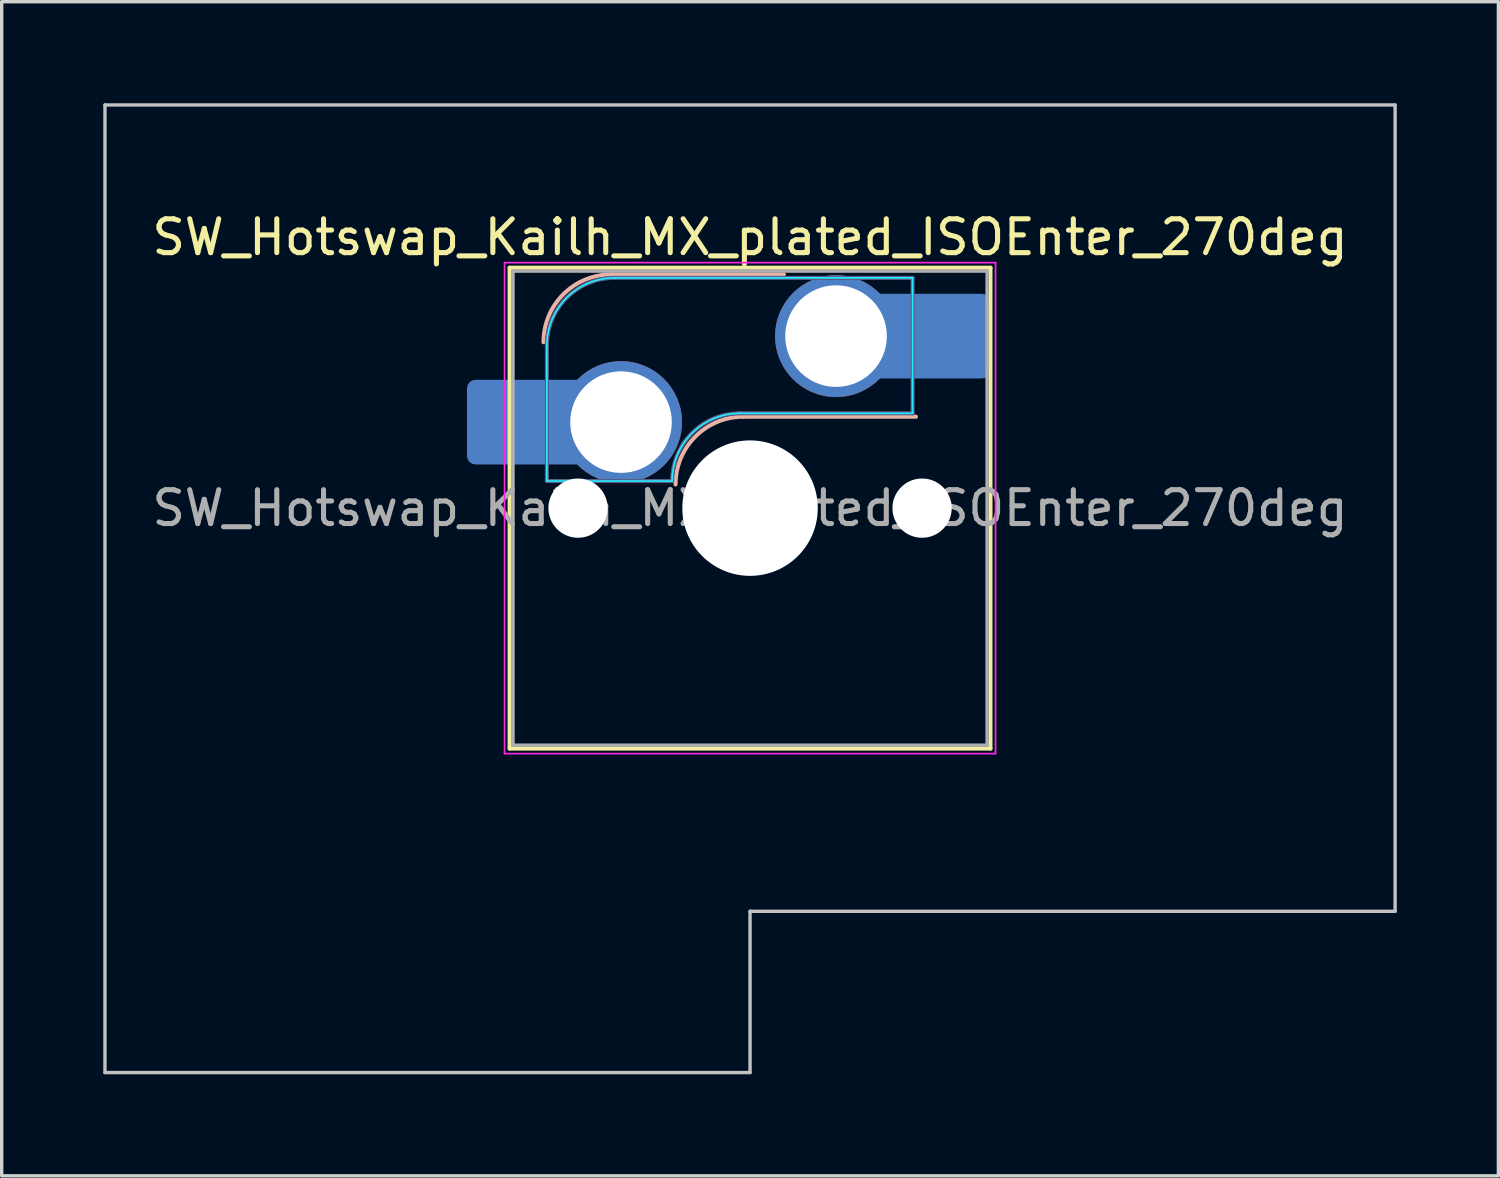
<source format=kicad_pcb>
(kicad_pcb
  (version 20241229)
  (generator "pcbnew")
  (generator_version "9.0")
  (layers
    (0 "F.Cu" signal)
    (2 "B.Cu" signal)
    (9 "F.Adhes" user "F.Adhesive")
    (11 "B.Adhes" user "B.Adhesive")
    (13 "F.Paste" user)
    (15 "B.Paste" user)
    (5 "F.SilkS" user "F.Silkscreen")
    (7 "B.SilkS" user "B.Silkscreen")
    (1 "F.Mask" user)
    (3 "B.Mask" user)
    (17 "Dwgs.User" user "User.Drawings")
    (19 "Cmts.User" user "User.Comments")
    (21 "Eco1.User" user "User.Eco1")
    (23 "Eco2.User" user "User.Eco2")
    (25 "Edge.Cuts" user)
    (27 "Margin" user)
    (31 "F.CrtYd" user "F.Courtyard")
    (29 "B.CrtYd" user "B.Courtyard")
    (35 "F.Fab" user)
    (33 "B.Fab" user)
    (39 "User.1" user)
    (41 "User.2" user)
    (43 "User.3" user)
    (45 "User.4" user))
  (footprint "SW_Hotswap_Kailh_MX_plated_ISOEnter_270deg"
    (layer "F.Cu")
    (at 19.1 11.956)
    (property "Reference" "SW_Hotswap_Kailh_MX_plated_ISOEnter_270deg" (at 0 -8 0) (layer "F.SilkS") (effects (font (size 1 1) (thickness 0.15))))
    (attr smd)
    (fp_line (start -7.1 -7.1) (end -7.1 7.1) (stroke (width 0.12) (type solid)) (layer "F.SilkS"))
    (fp_line (start -7.1 7.1) (end 7.1 7.1) (stroke (width 0.12) (type solid)) (layer "F.SilkS"))
    (fp_line (start 7.1 -7.1) (end -7.1 -7.1) (stroke (width 0.12) (type solid)) (layer "F.SilkS"))
    (fp_line (start 7.1 7.1) (end 7.1 -7.1) (stroke (width 0.12) (type solid)) (layer "F.SilkS"))
    (fp_line (start -4.1 -6.9) (end 1 -6.9) (stroke (width 0.12) (type solid)) (layer "B.SilkS"))
    (fp_line (start -0.2 -2.7) (end 4.9 -2.7) (stroke (width 0.12) (type solid)) (layer "B.SilkS"))
    (fp_arc (start -6.1 -4.9) (mid -5.514214 -6.314214) (end -4.1 -6.9) (stroke (width 0.12) (type solid)) (layer "B.SilkS"))
    (fp_arc (start -2.2 -0.7) (mid -1.614214 -2.114214) (end -0.2 -2.7) (stroke (width 0.12) (type solid)) (layer "B.SilkS"))
    (fp_line (start -19.05 -11.906) (end -19.05 16.669) (stroke (width 0.1) (type solid)) (layer "Dwgs.User"))
    (fp_line (start -19.05 16.669) (end 0 16.669) (stroke (width 0.1) (type solid)) (layer "Dwgs.User"))
    (fp_line (start 0 11.906) (end 19.05 11.906) (stroke (width 0.1) (type solid)) (layer "Dwgs.User"))
    (fp_line (start 0 16.669) (end 0 11.906) (stroke (width 0.1) (type solid)) (layer "Dwgs.User"))
    (fp_line (start 19.05 -11.906) (end -19.05 -11.906) (stroke (width 0.1) (type solid)) (layer "Dwgs.User"))
    (fp_line (start 19.05 11.906) (end 19.05 -11.906) (stroke (width 0.1) (type solid)) (layer "Dwgs.User"))
    (fp_line (start -7.8 -6) (end -7 -6) (stroke (width 0.1) (type solid)) (layer "Eco1.User"))
    (fp_line (start -7.8 -2.9) (end -7.8 -6) (stroke (width 0.1) (type solid)) (layer "Eco1.User"))
    (fp_line (start -7.8 2.9) (end -7 2.9) (stroke (width 0.1) (type solid)) (layer "Eco1.User"))
    (fp_line (start -7.8 6) (end -7.8 2.9) (stroke (width 0.1) (type solid)) (layer "Eco1.User"))
    (fp_line (start -7 -7) (end 7 -7) (stroke (width 0.1) (type solid)) (layer "Eco1.User"))
    (fp_line (start -7 -6) (end -7 -7) (stroke (width 0.1) (type solid)) (layer "Eco1.User"))
    (fp_line (start -7 -2.9) (end -7.8 -2.9) (stroke (width 0.1) (type solid)) (layer "Eco1.User"))
    (fp_line (start -7 2.9) (end -7 -2.9) (stroke (width 0.1) (type solid)) (layer "Eco1.User"))
    (fp_line (start -7 6) (end -7.8 6) (stroke (width 0.1) (type solid)) (layer "Eco1.User"))
    (fp_line (start -7 7) (end -7 6) (stroke (width 0.1) (type solid)) (layer "Eco1.User"))
    (fp_line (start 7 -7) (end 7 -6) (stroke (width 0.1) (type solid)) (layer "Eco1.User"))
    (fp_line (start 7 -6) (end 7.8 -6) (stroke (width 0.1) (type solid)) (layer "Eco1.User"))
    (fp_line (start 7 -2.9) (end 7 2.9) (stroke (width 0.1) (type solid)) (layer "Eco1.User"))
    (fp_line (start 7 2.9) (end 7.8 2.9) (stroke (width 0.1) (type solid)) (layer "Eco1.User"))
    (fp_line (start 7 6) (end 7 7) (stroke (width 0.1) (type solid)) (layer "Eco1.User"))
    (fp_line (start 7 7) (end -7 7) (stroke (width 0.1) (type solid)) (layer "Eco1.User"))
    (fp_line (start 7.8 -6) (end 7.8 -2.9) (stroke (width 0.1) (type solid)) (layer "Eco1.User"))
    (fp_line (start 7.8 -2.9) (end 7 -2.9) (stroke (width 0.1) (type solid)) (layer "Eco1.User"))
    (fp_line (start 7.8 2.9) (end 7.8 6) (stroke (width 0.1) (type solid)) (layer "Eco1.User"))
    (fp_line (start 7.8 6) (end 7 6) (stroke (width 0.1) (type solid)) (layer "Eco1.User"))
    (fp_line (start -6 -0.8) (end -6 -4.8) (stroke (width 0.05) (type solid)) (layer "B.CrtYd"))
    (fp_line (start -6 -0.8) (end -2.3 -0.8) (stroke (width 0.05) (type solid)) (layer "B.CrtYd"))
    (fp_line (start -4 -6.8) (end 4.8 -6.8) (stroke (width 0.05) (type solid)) (layer "B.CrtYd"))
    (fp_line (start -0.3 -2.8) (end 4.8 -2.8) (stroke (width 0.05) (type solid)) (layer "B.CrtYd"))
    (fp_line (start 4.8 -6.8) (end 4.8 -2.8) (stroke (width 0.05) (type solid)) (layer "B.CrtYd"))
    (fp_arc (start -6 -4.8) (mid -5.414214 -6.214214) (end -4 -6.8) (stroke (width 0.05) (type solid)) (layer "B.CrtYd"))
    (fp_arc (start -2.3 -0.8) (mid -1.714214 -2.214214) (end -0.3 -2.8) (stroke (width 0.05) (type solid)) (layer "B.CrtYd"))
    (fp_line (start -7.25 -7.25) (end -7.25 7.25) (stroke (width 0.05) (type solid)) (layer "F.CrtYd"))
    (fp_line (start -7.25 7.25) (end 7.25 7.25) (stroke (width 0.05) (type solid)) (layer "F.CrtYd"))
    (fp_line (start 7.25 -7.25) (end -7.25 -7.25) (stroke (width 0.05) (type solid)) (layer "F.CrtYd"))
    (fp_line (start 7.25 7.25) (end 7.25 -7.25) (stroke (width 0.05) (type solid)) (layer "F.CrtYd"))
    (fp_line (start -6 -0.8) (end -6 -4.8) (stroke (width 0.12) (type solid)) (layer "B.Fab"))
    (fp_line (start -6 -0.8) (end -2.3 -0.8) (stroke (width 0.12) (type solid)) (layer "B.Fab"))
    (fp_line (start -4 -6.8) (end 4.8 -6.8) (stroke (width 0.12) (type solid)) (layer "B.Fab"))
    (fp_line (start -0.3 -2.8) (end 4.8 -2.8) (stroke (width 0.12) (type solid)) (layer "B.Fab"))
    (fp_line (start 4.8 -6.8) (end 4.8 -2.8) (stroke (width 0.12) (type solid)) (layer "B.Fab"))
    (fp_arc (start -6 -4.8) (mid -5.414214 -6.214214) (end -4 -6.8) (stroke (width 0.12) (type solid)) (layer "B.Fab"))
    (fp_arc (start -2.3 -0.8) (mid -1.714214 -2.214214) (end -0.3 -2.8) (stroke (width 0.12) (type solid)) (layer "B.Fab"))
    (fp_line (start -7 -7) (end -7 7) (stroke (width 0.1) (type solid)) (layer "F.Fab"))
    (fp_line (start -7 7) (end 7 7) (stroke (width 0.1) (type solid)) (layer "F.Fab"))
    (fp_line (start 7 -7) (end -7 -7) (stroke (width 0.1) (type solid)) (layer "F.Fab"))
    (fp_line (start 7 7) (end 7 -7) (stroke (width 0.1) (type solid)) (layer "F.Fab"))
    (fp_text user "${REFERENCE}" (at 0 0 0) (layer "F.Fab") (effects (font (size 1 1) (thickness 0.15))))
    (pad "" smd roundrect (at -7.085 -2.54) (size 2.55 2.5) (layers "B.Mask" "B.Paste") (roundrect_rratio 0.1))
    (pad "" np_thru_hole circle (at -5.08 0) (size 1.75 1.75) (drill 1.75) (layers "*.Cu" "*.Mask"))
    (pad "" np_thru_hole circle (at 0 0) (size 4 4) (drill 4) (layers "*.Cu" "*.Mask"))
    (pad "" np_thru_hole circle (at 5.08 0) (size 1.75 1.75) (drill 1.75) (layers "*.Cu" "*.Mask"))
    (pad "" smd roundrect (at 5.842 -5.08) (size 2.55 2.5) (layers "B.Mask" "B.Paste") (roundrect_rratio 0.1))
    (pad "1" smd roundrect (at -6.585 -2.54) (size 3.55 2.5) (layers "B.Cu") (roundrect_rratio 0.1))
    (pad "1" thru_hole circle (at -3.81 -2.54) (size 3.6 3.6) (drill 3) (layers "*.Cu" "B.Mask"))
    (pad "2" thru_hole circle (at 2.54 -5.08) (size 3.6 3.6) (drill 3) (layers "*.Cu" "B.Mask"))
    (pad "2" smd roundrect (at 5.32 -5.08) (size 3.55 2.5) (layers "B.Cu") (roundrect_rratio 0.1)))
  (gr_rect
    (start -3 -3)
    (end 41.2 31.675)
    (stroke (width 0.1) (type default))
    (fill no)
    (layer "Edge.Cuts")))
</source>
